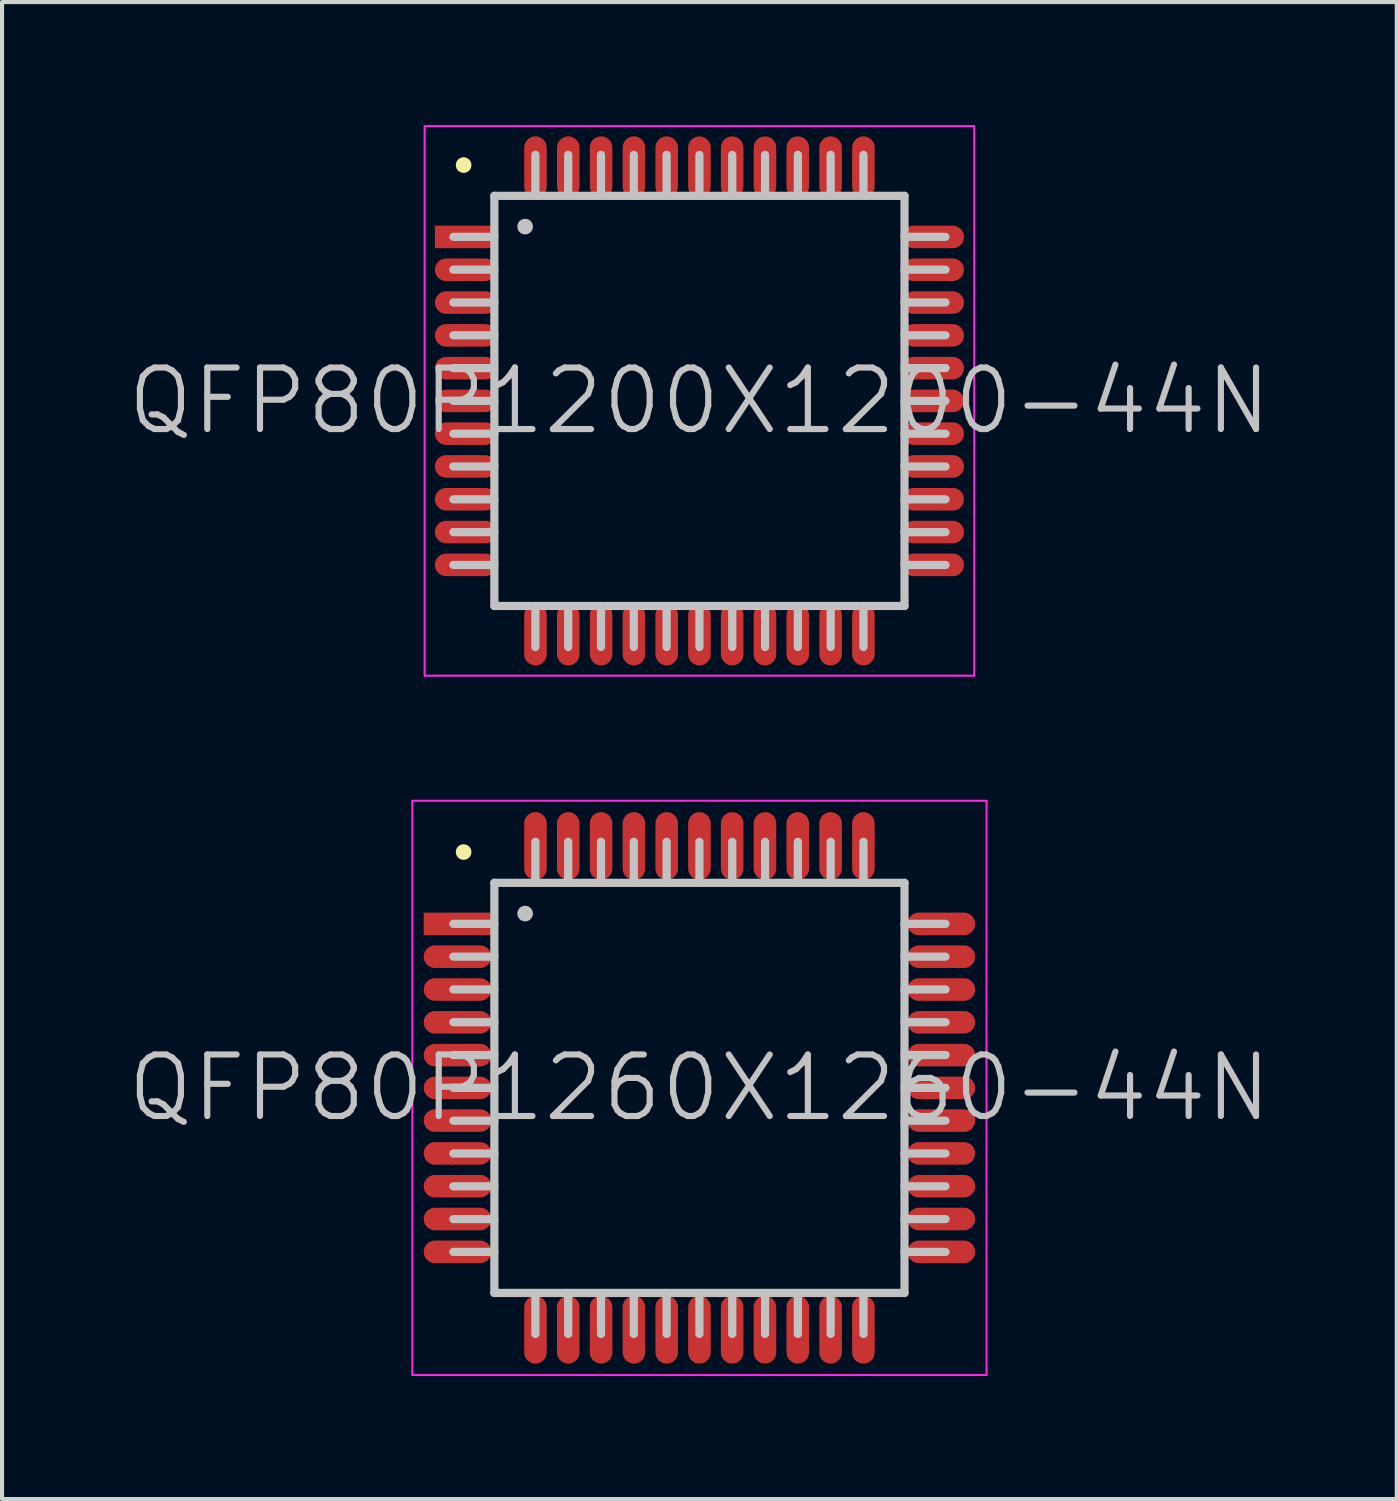
<source format=kicad_pcb>
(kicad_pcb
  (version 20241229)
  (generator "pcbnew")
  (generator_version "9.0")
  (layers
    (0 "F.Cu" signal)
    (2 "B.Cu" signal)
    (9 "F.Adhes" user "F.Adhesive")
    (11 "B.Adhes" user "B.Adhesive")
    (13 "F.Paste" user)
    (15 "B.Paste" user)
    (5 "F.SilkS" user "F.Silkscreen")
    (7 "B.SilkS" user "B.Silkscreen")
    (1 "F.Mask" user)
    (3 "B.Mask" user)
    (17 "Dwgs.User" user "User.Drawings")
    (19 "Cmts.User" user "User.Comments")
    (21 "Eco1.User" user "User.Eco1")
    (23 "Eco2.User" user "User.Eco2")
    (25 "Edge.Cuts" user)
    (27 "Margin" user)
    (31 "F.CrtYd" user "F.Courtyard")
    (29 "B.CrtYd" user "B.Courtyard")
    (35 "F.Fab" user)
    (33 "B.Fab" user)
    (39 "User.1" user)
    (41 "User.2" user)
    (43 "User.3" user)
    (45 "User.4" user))
  (footprint "QFP80P1200X1200-44N"
    (layer "F.Cu")
    (at 14.004 6.725)
    (property "Reference" "QFP80P1200X1200-44N" (at 0 0 0) (layer "Dwgs.User") (effects (font (size 1.5 1.5) (thickness 0.15))))
    (attr smd)
    (fp_line (start -5.75 -5.75) (end -5.75 -5.75) (stroke (width 0.381) (type solid)) (layer "F.SilkS"))
    (fp_line (start -5 -5) (end -5 5) (stroke (width 0.2) (type solid)) (layer "Dwgs.User"))
    (fp_line (start -5 -5) (end 5 -5) (stroke (width 0.2) (type solid)) (layer "Dwgs.User"))
    (fp_line (start -5 -4) (end -6 -4) (stroke (width 0.2) (type solid)) (layer "Dwgs.User"))
    (fp_line (start -5 -3.2) (end -6 -3.2) (stroke (width 0.2) (type solid)) (layer "Dwgs.User"))
    (fp_line (start -5 -2.4) (end -6 -2.4) (stroke (width 0.2) (type solid)) (layer "Dwgs.User"))
    (fp_line (start -5 -1.6) (end -6 -1.6) (stroke (width 0.2) (type solid)) (layer "Dwgs.User"))
    (fp_line (start -5 -0.8) (end -6 -0.8) (stroke (width 0.2) (type solid)) (layer "Dwgs.User"))
    (fp_line (start -5 0) (end -6 0) (stroke (width 0.2) (type solid)) (layer "Dwgs.User"))
    (fp_line (start -5 0.8) (end -6 0.8) (stroke (width 0.2) (type solid)) (layer "Dwgs.User"))
    (fp_line (start -5 1.6) (end -6 1.6) (stroke (width 0.2) (type solid)) (layer "Dwgs.User"))
    (fp_line (start -5 2.4) (end -6 2.4) (stroke (width 0.2) (type solid)) (layer "Dwgs.User"))
    (fp_line (start -5 3.2) (end -6 3.2) (stroke (width 0.2) (type solid)) (layer "Dwgs.User"))
    (fp_line (start -5 4) (end -6 4) (stroke (width 0.2) (type solid)) (layer "Dwgs.User"))
    (fp_line (start -5 5) (end 5 5) (stroke (width 0.2) (type solid)) (layer "Dwgs.User"))
    (fp_line (start -4.25 -4.25) (end -4.25 -4.25) (stroke (width 0.381) (type solid)) (layer "Dwgs.User"))
    (fp_line (start -4 -5) (end -4 -6) (stroke (width 0.2) (type solid)) (layer "Dwgs.User"))
    (fp_line (start -4 6) (end -4 5) (stroke (width 0.2) (type solid)) (layer "Dwgs.User"))
    (fp_line (start -3.2 -5) (end -3.2 -6) (stroke (width 0.2) (type solid)) (layer "Dwgs.User"))
    (fp_line (start -3.2 6) (end -3.2 5) (stroke (width 0.2) (type solid)) (layer "Dwgs.User"))
    (fp_line (start -2.4 -5) (end -2.4 -6) (stroke (width 0.2) (type solid)) (layer "Dwgs.User"))
    (fp_line (start -2.4 6) (end -2.4 5) (stroke (width 0.2) (type solid)) (layer "Dwgs.User"))
    (fp_line (start -1.6 -5) (end -1.6 -6) (stroke (width 0.2) (type solid)) (layer "Dwgs.User"))
    (fp_line (start -1.6 6) (end -1.6 5) (stroke (width 0.2) (type solid)) (layer "Dwgs.User"))
    (fp_line (start -0.8 -5) (end -0.8 -6) (stroke (width 0.2) (type solid)) (layer "Dwgs.User"))
    (fp_line (start -0.8 6) (end -0.8 5) (stroke (width 0.2) (type solid)) (layer "Dwgs.User"))
    (fp_line (start 0 -5) (end 0 -6) (stroke (width 0.2) (type solid)) (layer "Dwgs.User"))
    (fp_line (start 0 6) (end 0 5) (stroke (width 0.2) (type solid)) (layer "Dwgs.User"))
    (fp_line (start 0.8 -5) (end 0.8 -6) (stroke (width 0.2) (type solid)) (layer "Dwgs.User"))
    (fp_line (start 0.8 6) (end 0.8 5) (stroke (width 0.2) (type solid)) (layer "Dwgs.User"))
    (fp_line (start 1.6 -5) (end 1.6 -6) (stroke (width 0.2) (type solid)) (layer "Dwgs.User"))
    (fp_line (start 1.6 6) (end 1.6 5) (stroke (width 0.2) (type solid)) (layer "Dwgs.User"))
    (fp_line (start 2.4 -5) (end 2.4 -6) (stroke (width 0.2) (type solid)) (layer "Dwgs.User"))
    (fp_line (start 2.4 6) (end 2.4 5) (stroke (width 0.2) (type solid)) (layer "Dwgs.User"))
    (fp_line (start 3.2 -5) (end 3.2 -6) (stroke (width 0.2) (type solid)) (layer "Dwgs.User"))
    (fp_line (start 3.2 6) (end 3.2 5) (stroke (width 0.2) (type solid)) (layer "Dwgs.User"))
    (fp_line (start 4 -5) (end 4 -6) (stroke (width 0.2) (type solid)) (layer "Dwgs.User"))
    (fp_line (start 4 6) (end 4 5) (stroke (width 0.2) (type solid)) (layer "Dwgs.User"))
    (fp_line (start 5 -5) (end 5 5) (stroke (width 0.2) (type solid)) (layer "Dwgs.User"))
    (fp_line (start 6 -4) (end 5 -4) (stroke (width 0.2) (type solid)) (layer "Dwgs.User"))
    (fp_line (start 6 -3.2) (end 5 -3.2) (stroke (width 0.2) (type solid)) (layer "Dwgs.User"))
    (fp_line (start 6 -2.4) (end 5 -2.4) (stroke (width 0.2) (type solid)) (layer "Dwgs.User"))
    (fp_line (start 6 -1.6) (end 5 -1.6) (stroke (width 0.2) (type solid)) (layer "Dwgs.User"))
    (fp_line (start 6 -0.8) (end 5 -0.8) (stroke (width 0.2) (type solid)) (layer "Dwgs.User"))
    (fp_line (start 6 0) (end 5 0) (stroke (width 0.2) (type solid)) (layer "Dwgs.User"))
    (fp_line (start 6 0.8) (end 5 0.8) (stroke (width 0.2) (type solid)) (layer "Dwgs.User"))
    (fp_line (start 6 1.6) (end 5 1.6) (stroke (width 0.2) (type solid)) (layer "Dwgs.User"))
    (fp_line (start 6 2.4) (end 5 2.4) (stroke (width 0.2) (type solid)) (layer "Dwgs.User"))
    (fp_line (start 6 3.2) (end 5 3.2) (stroke (width 0.2) (type solid)) (layer "Dwgs.User"))
    (fp_line (start 6 4) (end 5 4) (stroke (width 0.2) (type solid)) (layer "Dwgs.User"))
    (fp_line (start -6.7 -6.7) (end -6.7 6.7) (stroke (width 0.05) (type solid)) (layer "F.CrtYd"))
    (fp_line (start -6.7 -6.7) (end 6.7 -6.7) (stroke (width 0.05) (type solid)) (layer "F.CrtYd"))
    (fp_line (start -6.7 6.7) (end 6.7 6.7) (stroke (width 0.05) (type solid)) (layer "F.CrtYd"))
    (fp_line (start 6.7 -6.7) (end 6.7 6.7) (stroke (width 0.05) (type solid)) (layer "F.CrtYd"))
    (pad "1" smd rect (at -5.7 -3.998 90) (size 0.55 1.5) (layers "F.Cu" "F.Mask" "F.Paste"))
    (pad "2" smd oval (at -5.7 -3.198 90) (size 0.55 1.5) (layers "F.Cu" "F.Mask" "F.Paste"))
    (pad "3" smd oval (at -5.7 -2.398 90) (size 0.55 1.5) (layers "F.Cu" "F.Mask" "F.Paste"))
    (pad "4" smd oval (at -5.7 -1.598 90) (size 0.55 1.5) (layers "F.Cu" "F.Mask" "F.Paste"))
    (pad "5" smd oval (at -5.7 -0.798 90) (size 0.55 1.5) (layers "F.Cu" "F.Mask" "F.Paste"))
    (pad "6" smd oval (at -5.7 0 90) (size 0.55 1.5) (layers "F.Cu" "F.Mask" "F.Paste"))
    (pad "7" smd oval (at -5.7 0.798 90) (size 0.55 1.5) (layers "F.Cu" "F.Mask" "F.Paste"))
    (pad "8" smd oval (at -5.7 1.598 90) (size 0.55 1.5) (layers "F.Cu" "F.Mask" "F.Paste"))
    (pad "9" smd oval (at -5.7 2.398 90) (size 0.55 1.5) (layers "F.Cu" "F.Mask" "F.Paste"))
    (pad "10" smd oval (at -5.7 3.198 90) (size 0.55 1.5) (layers "F.Cu" "F.Mask" "F.Paste"))
    (pad "11" smd oval (at -5.7 3.998 90) (size 0.55 1.5) (layers "F.Cu" "F.Mask" "F.Paste"))
    (pad "12" smd oval (at -3.998 5.7 180) (size 0.55 1.5) (layers "F.Cu" "F.Mask" "F.Paste"))
    (pad "13" smd oval (at -3.198 5.7 180) (size 0.55 1.5) (layers "F.Cu" "F.Mask" "F.Paste"))
    (pad "14" smd oval (at -2.398 5.7 180) (size 0.55 1.5) (layers "F.Cu" "F.Mask" "F.Paste"))
    (pad "15" smd oval (at -1.598 5.7 180) (size 0.55 1.5) (layers "F.Cu" "F.Mask" "F.Paste"))
    (pad "16" smd oval (at -0.798 5.7 180) (size 0.55 1.5) (layers "F.Cu" "F.Mask" "F.Paste"))
    (pad "17" smd oval (at 0 5.7 180) (size 0.55 1.5) (layers "F.Cu" "F.Mask" "F.Paste"))
    (pad "18" smd oval (at 0.798 5.7 180) (size 0.55 1.5) (layers "F.Cu" "F.Mask" "F.Paste"))
    (pad "19" smd oval (at 1.598 5.7 180) (size 0.55 1.5) (layers "F.Cu" "F.Mask" "F.Paste"))
    (pad "20" smd oval (at 2.398 5.7 180) (size 0.55 1.5) (layers "F.Cu" "F.Mask" "F.Paste"))
    (pad "21" smd oval (at 3.198 5.7 180) (size 0.55 1.5) (layers "F.Cu" "F.Mask" "F.Paste"))
    (pad "22" smd oval (at 3.998 5.7 180) (size 0.55 1.5) (layers "F.Cu" "F.Mask" "F.Paste"))
    (pad "23" smd oval (at 5.7 3.998 270) (size 0.55 1.5) (layers "F.Cu" "F.Mask" "F.Paste"))
    (pad "24" smd oval (at 5.7 3.198 270) (size 0.55 1.5) (layers "F.Cu" "F.Mask" "F.Paste"))
    (pad "25" smd oval (at 5.7 2.398 270) (size 0.55 1.5) (layers "F.Cu" "F.Mask" "F.Paste"))
    (pad "26" smd oval (at 5.7 1.598 270) (size 0.55 1.5) (layers "F.Cu" "F.Mask" "F.Paste"))
    (pad "27" smd oval (at 5.7 0.798 270) (size 0.55 1.5) (layers "F.Cu" "F.Mask" "F.Paste"))
    (pad "28" smd oval (at 5.7 0 270) (size 0.55 1.5) (layers "F.Cu" "F.Mask" "F.Paste"))
    (pad "29" smd oval (at 5.7 -0.798 270) (size 0.55 1.5) (layers "F.Cu" "F.Mask" "F.Paste"))
    (pad "30" smd oval (at 5.7 -1.598 270) (size 0.55 1.5) (layers "F.Cu" "F.Mask" "F.Paste"))
    (pad "31" smd oval (at 5.7 -2.398 270) (size 0.55 1.5) (layers "F.Cu" "F.Mask" "F.Paste"))
    (pad "32" smd oval (at 5.7 -3.198 270) (size 0.55 1.5) (layers "F.Cu" "F.Mask" "F.Paste"))
    (pad "33" smd oval (at 5.7 -3.998 270) (size 0.55 1.5) (layers "F.Cu" "F.Mask" "F.Paste"))
    (pad "34" smd oval (at 3.998 -5.7) (size 0.55 1.5) (layers "F.Cu" "F.Mask" "F.Paste"))
    (pad "35" smd oval (at 3.198 -5.7) (size 0.55 1.5) (layers "F.Cu" "F.Mask" "F.Paste"))
    (pad "36" smd oval (at 2.398 -5.7) (size 0.55 1.5) (layers "F.Cu" "F.Mask" "F.Paste"))
    (pad "37" smd oval (at 1.598 -5.7) (size 0.55 1.5) (layers "F.Cu" "F.Mask" "F.Paste"))
    (pad "38" smd oval (at 0.798 -5.7) (size 0.55 1.5) (layers "F.Cu" "F.Mask" "F.Paste"))
    (pad "39" smd oval (at 0 -5.7) (size 0.55 1.5) (layers "F.Cu" "F.Mask" "F.Paste"))
    (pad "40" smd oval (at -0.798 -5.7) (size 0.55 1.5) (layers "F.Cu" "F.Mask" "F.Paste"))
    (pad "41" smd oval (at -1.598 -5.7) (size 0.55 1.5) (layers "F.Cu" "F.Mask" "F.Paste"))
    (pad "42" smd oval (at -2.398 -5.7) (size 0.55 1.5) (layers "F.Cu" "F.Mask" "F.Paste"))
    (pad "43" smd oval (at -3.198 -5.7) (size 0.55 1.5) (layers "F.Cu" "F.Mask" "F.Paste"))
    (pad "44" smd oval (at -3.998 -5.7) (size 0.55 1.5) (layers "F.Cu" "F.Mask" "F.Paste")))
  (footprint "QFP80P1260X1260-44N"
    (layer "F.Cu")
    (at 14.004 23.475)
    (property "Reference" "QFP80P1260X1260-44N" (at 0 0 0) (layer "Dwgs.User") (effects (font (size 1.5 1.5) (thickness 0.15))))
    (attr smd)
    (fp_line (start -5.75 -5.75) (end -5.75 -5.75) (stroke (width 0.381) (type solid)) (layer "F.SilkS"))
    (fp_line (start -5 -5) (end -5 5) (stroke (width 0.2) (type solid)) (layer "Dwgs.User"))
    (fp_line (start -5 -5) (end 5 -5) (stroke (width 0.2) (type solid)) (layer "Dwgs.User"))
    (fp_line (start -5 -4) (end -6 -4) (stroke (width 0.2) (type solid)) (layer "Dwgs.User"))
    (fp_line (start -5 -3.2) (end -6 -3.2) (stroke (width 0.2) (type solid)) (layer "Dwgs.User"))
    (fp_line (start -5 -2.4) (end -6 -2.4) (stroke (width 0.2) (type solid)) (layer "Dwgs.User"))
    (fp_line (start -5 -1.6) (end -6 -1.6) (stroke (width 0.2) (type solid)) (layer "Dwgs.User"))
    (fp_line (start -5 -0.8) (end -6 -0.8) (stroke (width 0.2) (type solid)) (layer "Dwgs.User"))
    (fp_line (start -5 0) (end -6 0) (stroke (width 0.2) (type solid)) (layer "Dwgs.User"))
    (fp_line (start -5 0.8) (end -6 0.8) (stroke (width 0.2) (type solid)) (layer "Dwgs.User"))
    (fp_line (start -5 1.6) (end -6 1.6) (stroke (width 0.2) (type solid)) (layer "Dwgs.User"))
    (fp_line (start -5 2.4) (end -6 2.4) (stroke (width 0.2) (type solid)) (layer "Dwgs.User"))
    (fp_line (start -5 3.2) (end -6 3.2) (stroke (width 0.2) (type solid)) (layer "Dwgs.User"))
    (fp_line (start -5 4) (end -6 4) (stroke (width 0.2) (type solid)) (layer "Dwgs.User"))
    (fp_line (start -5 5) (end 5 5) (stroke (width 0.2) (type solid)) (layer "Dwgs.User"))
    (fp_line (start -4.25 -4.25) (end -4.25 -4.25) (stroke (width 0.381) (type solid)) (layer "Dwgs.User"))
    (fp_line (start -4 -5) (end -4 -6) (stroke (width 0.2) (type solid)) (layer "Dwgs.User"))
    (fp_line (start -4 6) (end -4 5) (stroke (width 0.2) (type solid)) (layer "Dwgs.User"))
    (fp_line (start -3.2 -5) (end -3.2 -6) (stroke (width 0.2) (type solid)) (layer "Dwgs.User"))
    (fp_line (start -3.2 6) (end -3.2 5) (stroke (width 0.2) (type solid)) (layer "Dwgs.User"))
    (fp_line (start -2.4 -5) (end -2.4 -6) (stroke (width 0.2) (type solid)) (layer "Dwgs.User"))
    (fp_line (start -2.4 6) (end -2.4 5) (stroke (width 0.2) (type solid)) (layer "Dwgs.User"))
    (fp_line (start -1.6 -5) (end -1.6 -6) (stroke (width 0.2) (type solid)) (layer "Dwgs.User"))
    (fp_line (start -1.6 6) (end -1.6 5) (stroke (width 0.2) (type solid)) (layer "Dwgs.User"))
    (fp_line (start -0.8 -5) (end -0.8 -6) (stroke (width 0.2) (type solid)) (layer "Dwgs.User"))
    (fp_line (start -0.8 6) (end -0.8 5) (stroke (width 0.2) (type solid)) (layer "Dwgs.User"))
    (fp_line (start 0 -5) (end 0 -6) (stroke (width 0.2) (type solid)) (layer "Dwgs.User"))
    (fp_line (start 0 6) (end 0 5) (stroke (width 0.2) (type solid)) (layer "Dwgs.User"))
    (fp_line (start 0.8 -5) (end 0.8 -6) (stroke (width 0.2) (type solid)) (layer "Dwgs.User"))
    (fp_line (start 0.8 6) (end 0.8 5) (stroke (width 0.2) (type solid)) (layer "Dwgs.User"))
    (fp_line (start 1.6 -5) (end 1.6 -6) (stroke (width 0.2) (type solid)) (layer "Dwgs.User"))
    (fp_line (start 1.6 6) (end 1.6 5) (stroke (width 0.2) (type solid)) (layer "Dwgs.User"))
    (fp_line (start 2.4 -5) (end 2.4 -6) (stroke (width 0.2) (type solid)) (layer "Dwgs.User"))
    (fp_line (start 2.4 6) (end 2.4 5) (stroke (width 0.2) (type solid)) (layer "Dwgs.User"))
    (fp_line (start 3.2 -5) (end 3.2 -6) (stroke (width 0.2) (type solid)) (layer "Dwgs.User"))
    (fp_line (start 3.2 6) (end 3.2 5) (stroke (width 0.2) (type solid)) (layer "Dwgs.User"))
    (fp_line (start 4 -5) (end 4 -6) (stroke (width 0.2) (type solid)) (layer "Dwgs.User"))
    (fp_line (start 4 6) (end 4 5) (stroke (width 0.2) (type solid)) (layer "Dwgs.User"))
    (fp_line (start 5 -5) (end 5 5) (stroke (width 0.2) (type solid)) (layer "Dwgs.User"))
    (fp_line (start 6 -4) (end 5 -4) (stroke (width 0.2) (type solid)) (layer "Dwgs.User"))
    (fp_line (start 6 -3.2) (end 5 -3.2) (stroke (width 0.2) (type solid)) (layer "Dwgs.User"))
    (fp_line (start 6 -2.4) (end 5 -2.4) (stroke (width 0.2) (type solid)) (layer "Dwgs.User"))
    (fp_line (start 6 -1.6) (end 5 -1.6) (stroke (width 0.2) (type solid)) (layer "Dwgs.User"))
    (fp_line (start 6 -0.8) (end 5 -0.8) (stroke (width 0.2) (type solid)) (layer "Dwgs.User"))
    (fp_line (start 6 0) (end 5 0) (stroke (width 0.2) (type solid)) (layer "Dwgs.User"))
    (fp_line (start 6 0.8) (end 5 0.8) (stroke (width 0.2) (type solid)) (layer "Dwgs.User"))
    (fp_line (start 6 1.6) (end 5 1.6) (stroke (width 0.2) (type solid)) (layer "Dwgs.User"))
    (fp_line (start 6 2.4) (end 5 2.4) (stroke (width 0.2) (type solid)) (layer "Dwgs.User"))
    (fp_line (start 6 3.2) (end 5 3.2) (stroke (width 0.2) (type solid)) (layer "Dwgs.User"))
    (fp_line (start 6 4) (end 5 4) (stroke (width 0.2) (type solid)) (layer "Dwgs.User"))
    (fp_line (start -7 -7) (end -7 7) (stroke (width 0.05) (type solid)) (layer "F.CrtYd"))
    (fp_line (start -7 -7) (end 7 -7) (stroke (width 0.05) (type solid)) (layer "F.CrtYd"))
    (fp_line (start -7 7) (end 7 7) (stroke (width 0.05) (type solid)) (layer "F.CrtYd"))
    (fp_line (start 7 -7) (end 7 7) (stroke (width 0.05) (type solid)) (layer "F.CrtYd"))
    (pad "1" smd rect (at -5.898 -3.998 90) (size 0.55 1.65) (layers "F.Cu" "F.Mask" "F.Paste"))
    (pad "2" smd oval (at -5.898 -3.198 90) (size 0.55 1.65) (layers "F.Cu" "F.Mask" "F.Paste"))
    (pad "3" smd oval (at -5.898 -2.398 90) (size 0.55 1.65) (layers "F.Cu" "F.Mask" "F.Paste"))
    (pad "4" smd oval (at -5.898 -1.598 90) (size 0.55 1.65) (layers "F.Cu" "F.Mask" "F.Paste"))
    (pad "5" smd oval (at -5.898 -0.798 90) (size 0.55 1.65) (layers "F.Cu" "F.Mask" "F.Paste"))
    (pad "6" smd oval (at -5.898 0 90) (size 0.55 1.65) (layers "F.Cu" "F.Mask" "F.Paste"))
    (pad "7" smd oval (at -5.898 0.798 90) (size 0.55 1.65) (layers "F.Cu" "F.Mask" "F.Paste"))
    (pad "8" smd oval (at -5.898 1.598 90) (size 0.55 1.65) (layers "F.Cu" "F.Mask" "F.Paste"))
    (pad "9" smd oval (at -5.898 2.398 90) (size 0.55 1.65) (layers "F.Cu" "F.Mask" "F.Paste"))
    (pad "10" smd oval (at -5.898 3.198 90) (size 0.55 1.65) (layers "F.Cu" "F.Mask" "F.Paste"))
    (pad "11" smd oval (at -5.898 3.998 90) (size 0.55 1.65) (layers "F.Cu" "F.Mask" "F.Paste"))
    (pad "12" smd oval (at -3.998 5.898 180) (size 0.55 1.65) (layers "F.Cu" "F.Mask" "F.Paste"))
    (pad "13" smd oval (at -3.198 5.898 180) (size 0.55 1.65) (layers "F.Cu" "F.Mask" "F.Paste"))
    (pad "14" smd oval (at -2.398 5.898 180) (size 0.55 1.65) (layers "F.Cu" "F.Mask" "F.Paste"))
    (pad "15" smd oval (at -1.598 5.898 180) (size 0.55 1.65) (layers "F.Cu" "F.Mask" "F.Paste"))
    (pad "16" smd oval (at -0.798 5.898 180) (size 0.55 1.65) (layers "F.Cu" "F.Mask" "F.Paste"))
    (pad "17" smd oval (at 0 5.898 180) (size 0.55 1.65) (layers "F.Cu" "F.Mask" "F.Paste"))
    (pad "18" smd oval (at 0.798 5.898 180) (size 0.55 1.65) (layers "F.Cu" "F.Mask" "F.Paste"))
    (pad "19" smd oval (at 1.598 5.898 180) (size 0.55 1.65) (layers "F.Cu" "F.Mask" "F.Paste"))
    (pad "20" smd oval (at 2.398 5.898 180) (size 0.55 1.65) (layers "F.Cu" "F.Mask" "F.Paste"))
    (pad "21" smd oval (at 3.198 5.898 180) (size 0.55 1.65) (layers "F.Cu" "F.Mask" "F.Paste"))
    (pad "22" smd oval (at 3.998 5.898 180) (size 0.55 1.65) (layers "F.Cu" "F.Mask" "F.Paste"))
    (pad "23" smd oval (at 5.898 3.998 270) (size 0.55 1.65) (layers "F.Cu" "F.Mask" "F.Paste"))
    (pad "24" smd oval (at 5.898 3.198 270) (size 0.55 1.65) (layers "F.Cu" "F.Mask" "F.Paste"))
    (pad "25" smd oval (at 5.898 2.398 270) (size 0.55 1.65) (layers "F.Cu" "F.Mask" "F.Paste"))
    (pad "26" smd oval (at 5.898 1.598 270) (size 0.55 1.65) (layers "F.Cu" "F.Mask" "F.Paste"))
    (pad "27" smd oval (at 5.898 0.798 270) (size 0.55 1.65) (layers "F.Cu" "F.Mask" "F.Paste"))
    (pad "28" smd oval (at 5.898 0 270) (size 0.55 1.65) (layers "F.Cu" "F.Mask" "F.Paste"))
    (pad "29" smd oval (at 5.898 -0.798 270) (size 0.55 1.65) (layers "F.Cu" "F.Mask" "F.Paste"))
    (pad "30" smd oval (at 5.898 -1.598 270) (size 0.55 1.65) (layers "F.Cu" "F.Mask" "F.Paste"))
    (pad "31" smd oval (at 5.898 -2.398 270) (size 0.55 1.65) (layers "F.Cu" "F.Mask" "F.Paste"))
    (pad "32" smd oval (at 5.898 -3.198 270) (size 0.55 1.65) (layers "F.Cu" "F.Mask" "F.Paste"))
    (pad "33" smd oval (at 5.898 -3.998 270) (size 0.55 1.65) (layers "F.Cu" "F.Mask" "F.Paste"))
    (pad "34" smd oval (at 3.998 -5.898) (size 0.55 1.65) (layers "F.Cu" "F.Mask" "F.Paste"))
    (pad "35" smd oval (at 3.198 -5.898) (size 0.55 1.65) (layers "F.Cu" "F.Mask" "F.Paste"))
    (pad "36" smd oval (at 2.398 -5.898) (size 0.55 1.65) (layers "F.Cu" "F.Mask" "F.Paste"))
    (pad "37" smd oval (at 1.598 -5.898) (size 0.55 1.65) (layers "F.Cu" "F.Mask" "F.Paste"))
    (pad "38" smd oval (at 0.798 -5.898) (size 0.55 1.65) (layers "F.Cu" "F.Mask" "F.Paste"))
    (pad "39" smd oval (at 0 -5.898) (size 0.55 1.65) (layers "F.Cu" "F.Mask" "F.Paste"))
    (pad "40" smd oval (at -0.798 -5.898) (size 0.55 1.65) (layers "F.Cu" "F.Mask" "F.Paste"))
    (pad "41" smd oval (at -1.598 -5.898) (size 0.55 1.65) (layers "F.Cu" "F.Mask" "F.Paste"))
    (pad "42" smd oval (at -2.398 -5.898) (size 0.55 1.65) (layers "F.Cu" "F.Mask" "F.Paste"))
    (pad "43" smd oval (at -3.198 -5.898) (size 0.55 1.65) (layers "F.Cu" "F.Mask" "F.Paste"))
    (pad "44" smd oval (at -3.998 -5.898) (size 0.55 1.65) (layers "F.Cu" "F.Mask" "F.Paste")))
  (gr_rect
    (start -3 -3)
    (end 31.007 33.5)
    (stroke (width 0.1) (type default))
    (fill no)
    (layer "Edge.Cuts")))
</source>
